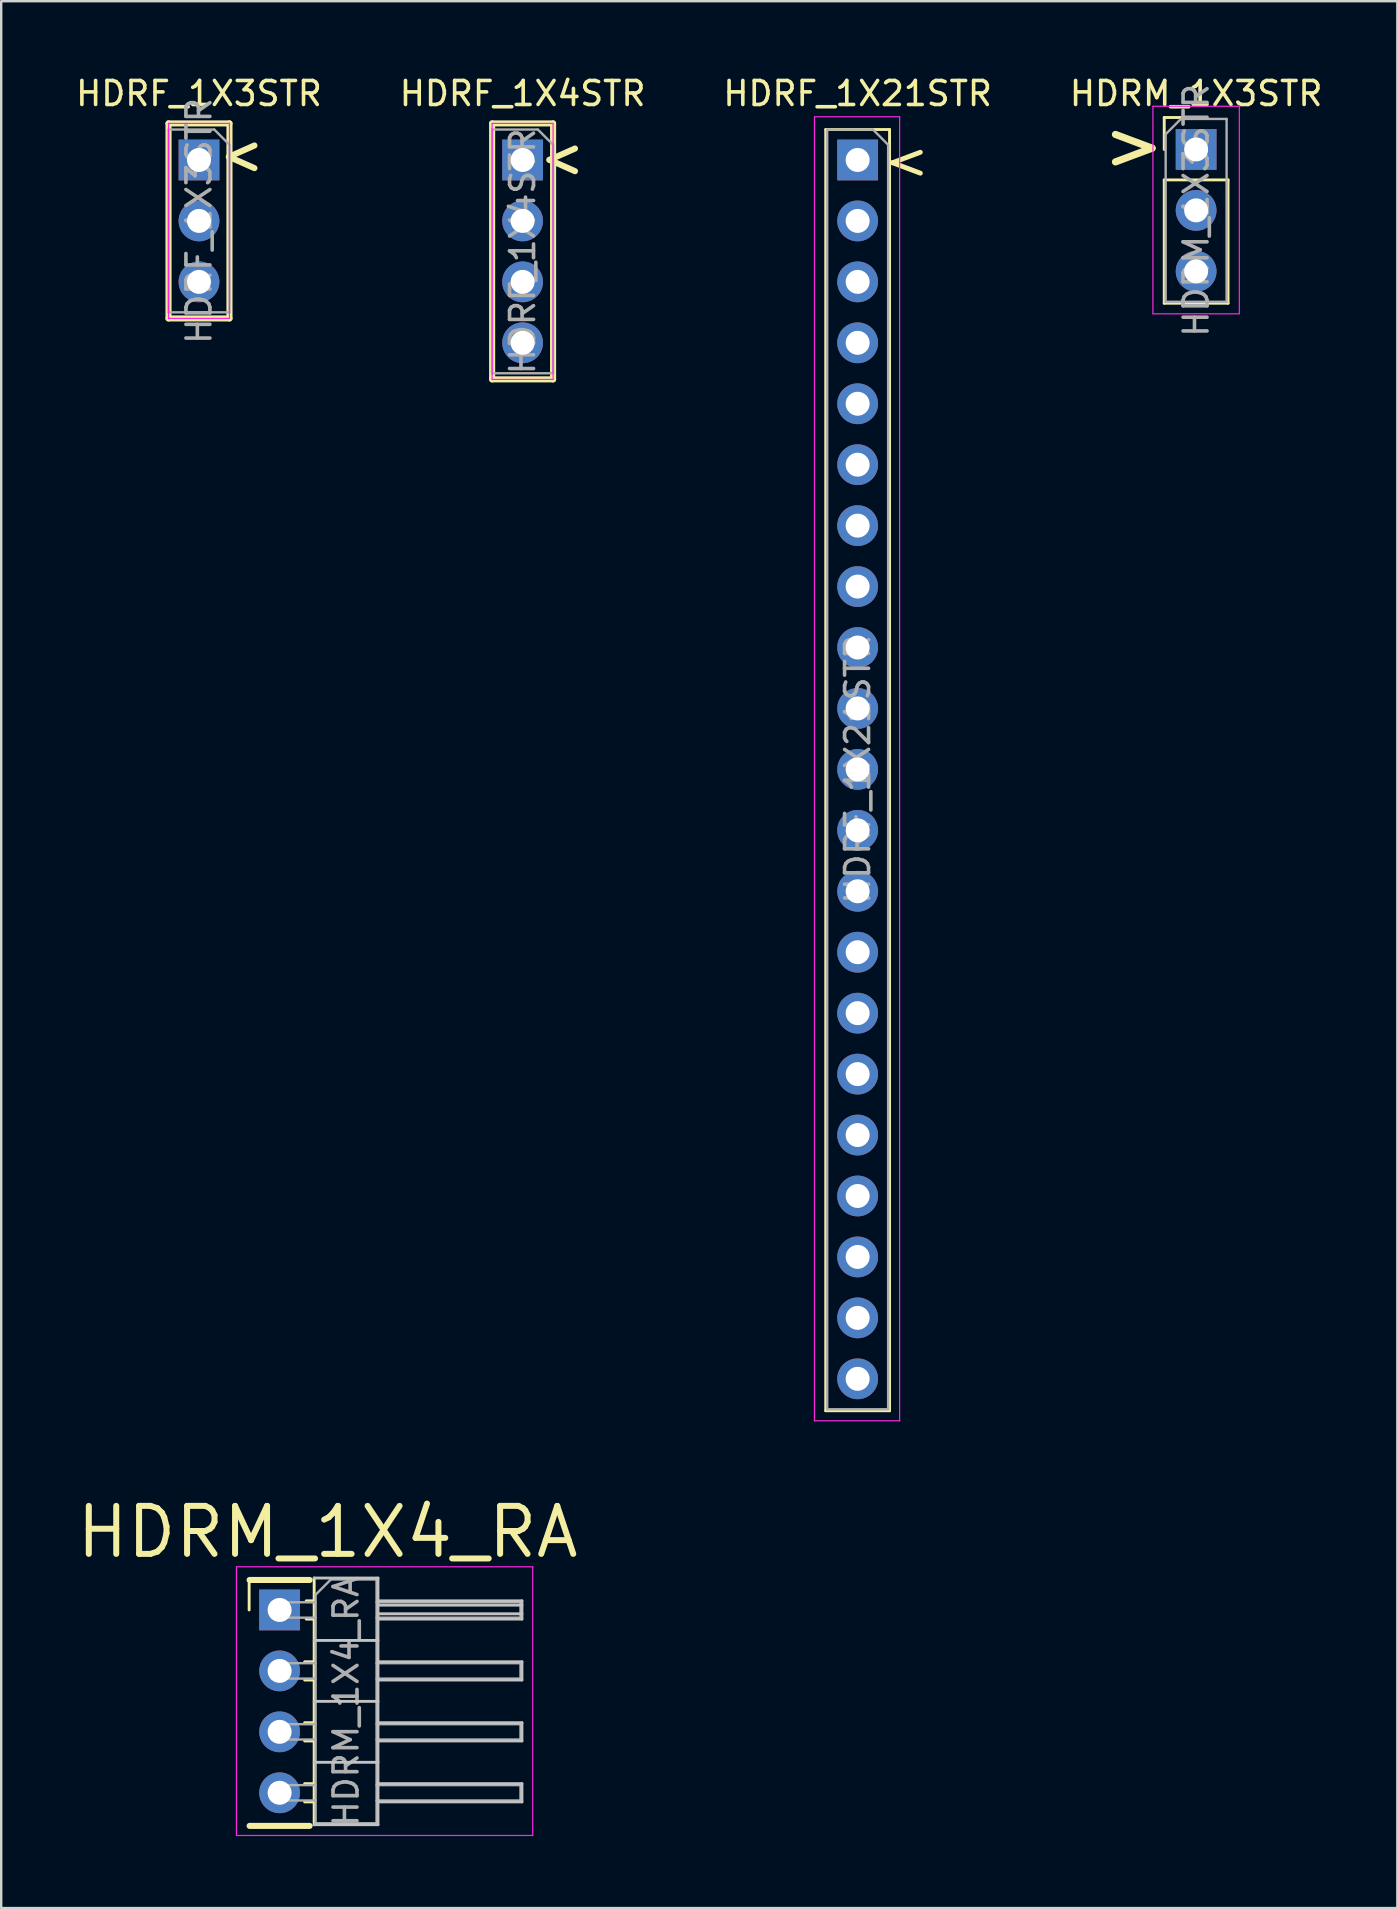
<source format=kicad_pcb>
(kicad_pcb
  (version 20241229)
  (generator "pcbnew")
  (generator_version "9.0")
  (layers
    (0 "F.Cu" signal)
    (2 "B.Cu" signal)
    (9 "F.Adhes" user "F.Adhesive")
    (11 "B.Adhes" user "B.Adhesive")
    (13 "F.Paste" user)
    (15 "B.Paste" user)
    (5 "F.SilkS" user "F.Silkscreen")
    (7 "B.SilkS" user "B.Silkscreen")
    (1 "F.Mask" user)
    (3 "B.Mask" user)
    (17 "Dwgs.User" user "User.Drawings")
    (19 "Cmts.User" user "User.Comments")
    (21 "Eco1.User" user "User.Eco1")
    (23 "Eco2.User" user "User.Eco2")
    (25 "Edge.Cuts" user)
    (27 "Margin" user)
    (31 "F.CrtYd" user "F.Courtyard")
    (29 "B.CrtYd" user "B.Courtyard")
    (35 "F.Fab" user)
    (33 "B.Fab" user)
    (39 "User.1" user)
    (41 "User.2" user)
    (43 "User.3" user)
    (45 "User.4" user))
  (footprint "HDRF_1X3STR"
    (layer "F.Cu")
    (at 5.244 3.618)
    (property "Reference" "HDRF_1X3STR" (at 0 -2.77 0) (layer "F.SilkS") (effects (font (size 1 1) (thickness 0.15))))
    (attr through_hole)
    (fp_line (start -1.27 -1.524) (end 1.27 -1.524) (stroke (width 0.254) (type solid)) (layer "F.SilkS"))
    (fp_line (start -1.27 6.604) (end -1.27 -1.524) (stroke (width 0.254) (type solid)) (layer "F.SilkS"))
    (fp_line (start 1.27 -1.524) (end 1.27 6.604) (stroke (width 0.254) (type solid)) (layer "F.SilkS"))
    (fp_line (start 1.27 6.604) (end -1.27 6.604) (stroke (width 0.254) (type solid)) (layer "F.SilkS"))
    (fp_line (start -1.27 -1.524) (end 1.27 -1.524) (stroke (width 0.05) (type solid)) (layer "F.CrtYd"))
    (fp_line (start -1.27 6.604) (end -1.27 -1.524) (stroke (width 0.05) (type solid)) (layer "F.CrtYd"))
    (fp_line (start 1.27 -1.524) (end 1.27 6.604) (stroke (width 0.05) (type solid)) (layer "F.CrtYd"))
    (fp_line (start 1.27 6.604) (end -1.27 6.604) (stroke (width 0.05) (type solid)) (layer "F.CrtYd"))
    (fp_line (start -1.27 -1.27) (end 0.635 -1.27) (stroke (width 0.1) (type solid)) (layer "F.Fab"))
    (fp_line (start -1.27 6.35) (end -1.27 -1.27) (stroke (width 0.1) (type solid)) (layer "F.Fab"))
    (fp_line (start 0.635 -1.27) (end 1.27 -0.635) (stroke (width 0.1) (type solid)) (layer "F.Fab"))
    (fp_line (start 1.27 -0.635) (end 1.27 6.35) (stroke (width 0.1) (type solid)) (layer "F.Fab"))
    (fp_line (start 1.27 6.35) (end -1.27 6.35) (stroke (width 0.1) (type solid)) (layer "F.Fab"))
    (fp_text user "<" (at 1.778 -0.254 0) (unlocked yes) (layer "F.SilkS") (effects (font (size 1.651 1.397) (thickness 0.254))))
    (fp_text user "${REFERENCE}" (at 0 2.54 90) (layer "F.Fab") (effects (font (size 1 1) (thickness 0.15))))
    (pad "1" thru_hole rect (at 0 0) (size 1.7 1.7) (drill 1) (layers "*.Cu" "*.Mask"))
    (pad "2" thru_hole oval (at 0 2.54) (size 1.7 1.7) (drill 1) (layers "*.Cu" "*.Mask"))
    (pad "3" thru_hole oval (at 0 5.08) (size 1.7 1.7) (drill 1) (layers "*.Cu" "*.Mask")))
  (footprint "HDRF_1X4STR"
    (layer "F.Cu")
    (at 18.732 3.618)
    (property "Reference" "HDRF_1X4STR" (at 0 -2.77 0) (layer "F.SilkS") (effects (font (size 1 1) (thickness 0.15))))
    (attr through_hole)
    (fp_line (start -1.27 -1.524) (end 1.27 -1.524) (stroke (width 0.254) (type solid)) (layer "F.SilkS"))
    (fp_line (start -1.27 9.144) (end -1.27 -1.524) (stroke (width 0.254) (type solid)) (layer "F.SilkS"))
    (fp_line (start 1.27 -1.524) (end 1.27 9.144) (stroke (width 0.254) (type solid)) (layer "F.SilkS"))
    (fp_line (start 1.27 9.144) (end -1.27 9.144) (stroke (width 0.254) (type solid)) (layer "F.SilkS"))
    (fp_line (start -1.27 -1.524) (end 1.27 -1.524) (stroke (width 0.05) (type solid)) (layer "F.CrtYd"))
    (fp_line (start -1.27 9.144) (end -1.27 -1.524) (stroke (width 0.05) (type solid)) (layer "F.CrtYd"))
    (fp_line (start 1.27 -1.524) (end 1.27 9.144) (stroke (width 0.05) (type solid)) (layer "F.CrtYd"))
    (fp_line (start 1.27 9.144) (end -1.27 9.144) (stroke (width 0.05) (type solid)) (layer "F.CrtYd"))
    (fp_line (start -1.27 -1.27) (end 0.635 -1.27) (stroke (width 0.1) (type solid)) (layer "F.Fab"))
    (fp_line (start -1.27 8.89) (end -1.27 -1.27) (stroke (width 0.1) (type solid)) (layer "F.Fab"))
    (fp_line (start 0.635 -1.27) (end 1.27 -0.635) (stroke (width 0.1) (type solid)) (layer "F.Fab"))
    (fp_line (start 1.27 -0.635) (end 1.27 8.89) (stroke (width 0.1) (type solid)) (layer "F.Fab"))
    (fp_line (start 1.27 8.89) (end -1.27 8.89) (stroke (width 0.1) (type solid)) (layer "F.Fab"))
    (fp_text user "<" (at 1.651 -0.127 0) (unlocked yes) (layer "F.SilkS") (effects (font (size 1.651 1.397) (thickness 0.254))))
    (fp_text user "${REFERENCE}" (at 0 3.81 90) (layer "F.Fab") (effects (font (size 1 1) (thickness 0.15))))
    (pad "1" thru_hole rect (at 0 0) (size 1.7 1.7) (drill 1) (layers "*.Cu" "*.Mask"))
    (pad "2" thru_hole oval (at 0 2.54) (size 1.7 1.7) (drill 1) (layers "*.Cu" "*.Mask"))
    (pad "3" thru_hole oval (at 0 5.08) (size 1.7 1.7) (drill 1) (layers "*.Cu" "*.Mask"))
    (pad "4" thru_hole oval (at 0 7.62) (size 1.7 1.7) (drill 1) (layers "*.Cu" "*.Mask")))
  (footprint "HDRM_1X3STR"
    (layer "F.Cu")
    (at 46.804 3.178)
    (property "Reference" "HDRM_1X3STR" (at 0 -2.33 0) (layer "F.SilkS") (effects (font (size 1 1) (thickness 0.15))))
    (attr through_hole)
    (fp_line (start -1.33 -1.33) (end 0 -1.33) (stroke (width 0.12) (type solid)) (layer "F.SilkS"))
    (fp_line (start -1.33 0) (end -1.33 -1.33) (stroke (width 0.12) (type solid)) (layer "F.SilkS"))
    (fp_line (start -1.33 1.27) (end -1.33 6.41) (stroke (width 0.12) (type solid)) (layer "F.SilkS"))
    (fp_line (start -1.33 1.27) (end 1.33 1.27) (stroke (width 0.12) (type solid)) (layer "F.SilkS"))
    (fp_line (start -1.33 6.41) (end 1.33 6.41) (stroke (width 0.12) (type solid)) (layer "F.SilkS"))
    (fp_line (start 1.33 1.27) (end 1.33 6.41) (stroke (width 0.12) (type solid)) (layer "F.SilkS"))
    (fp_line (start -1.8 -1.8) (end -1.8 6.85) (stroke (width 0.05) (type solid)) (layer "F.CrtYd"))
    (fp_line (start -1.8 6.85) (end 1.8 6.85) (stroke (width 0.05) (type solid)) (layer "F.CrtYd"))
    (fp_line (start 1.8 -1.8) (end -1.8 -1.8) (stroke (width 0.05) (type solid)) (layer "F.CrtYd"))
    (fp_line (start 1.8 6.85) (end 1.8 -1.8) (stroke (width 0.05) (type solid)) (layer "F.CrtYd"))
    (fp_line (start -1.27 -0.635) (end -0.635 -1.27) (stroke (width 0.1) (type solid)) (layer "F.Fab"))
    (fp_line (start -1.27 6.35) (end -1.27 -0.635) (stroke (width 0.1) (type solid)) (layer "F.Fab"))
    (fp_line (start -0.635 -1.27) (end 1.27 -1.27) (stroke (width 0.1) (type solid)) (layer "F.Fab"))
    (fp_line (start 1.27 -1.27) (end 1.27 6.35) (stroke (width 0.1) (type solid)) (layer "F.Fab"))
    (fp_line (start 1.27 6.35) (end -1.27 6.35) (stroke (width 0.1) (type solid)) (layer "F.Fab"))
    (fp_text user ">" (at -2.6 -0.2 0) (unlocked yes) (layer "F.SilkS") (effects (font (size 2 2) (thickness 0.3))))
    (fp_text user "${REFERENCE}" (at 0 2.54 90) (layer "F.Fab") (effects (font (size 1 1) (thickness 0.15))))
    (pad "1" thru_hole rect (at 0 0) (size 1.7 1.7) (drill 1) (layers "*.Cu" "*.Mask"))
    (pad "2" thru_hole oval (at 0 2.54) (size 1.7 1.7) (drill 1) (layers "*.Cu" "*.Mask"))
    (pad "3" thru_hole oval (at 0 5.08) (size 1.7 1.7) (drill 1) (layers "*.Cu" "*.Mask")))
  (footprint "HDRF_1X21STR"
    (layer "F.Cu")
    (at 32.696 3.618)
    (property "Reference" "HDRF_1X21STR" (at 0 -2.77 0) (layer "F.SilkS") (effects (font (size 1 1) (thickness 0.15))))
    (attr through_hole)
    (fp_line (start -1.33 -1.27) (end -1.33 52.13) (stroke (width 0.12) (type solid)) (layer "F.SilkS"))
    (fp_line (start -1.33 -1.27) (end 1.33 -1.27) (stroke (width 0.12) (type solid)) (layer "F.SilkS"))
    (fp_line (start -1.33 52.13) (end 1.33 52.13) (stroke (width 0.12) (type solid)) (layer "F.SilkS"))
    (fp_line (start 1.33 -1.27) (end 1.33 52.13) (stroke (width 0.12) (type solid)) (layer "F.SilkS"))
    (fp_line (start -1.8 -1.8) (end 1.75 -1.8) (stroke (width 0.05) (type solid)) (layer "F.CrtYd"))
    (fp_line (start -1.8 52.55) (end -1.8 -1.8) (stroke (width 0.05) (type solid)) (layer "F.CrtYd"))
    (fp_line (start 1.75 -1.8) (end 1.75 52.55) (stroke (width 0.05) (type solid)) (layer "F.CrtYd"))
    (fp_line (start 1.75 52.55) (end -1.8 52.55) (stroke (width 0.05) (type solid)) (layer "F.CrtYd"))
    (fp_line (start -1.27 -1.27) (end 0.635 -1.27) (stroke (width 0.1) (type solid)) (layer "F.Fab"))
    (fp_line (start -1.27 52.07) (end -1.27 -1.27) (stroke (width 0.1) (type solid)) (layer "F.Fab"))
    (fp_line (start 0.635 -1.27) (end 1.27 -0.635) (stroke (width 0.1) (type solid)) (layer "F.Fab"))
    (fp_line (start 1.27 -0.635) (end 1.27 52.07) (stroke (width 0.1) (type solid)) (layer "F.Fab"))
    (fp_line (start 1.27 52.07) (end -1.27 52.07) (stroke (width 0.1) (type solid)) (layer "F.Fab"))
    (fp_text user "<" (at 2.032 0 0) (unlocked yes) (layer "F.SilkS") (effects (font (size 1.524 1.524) (thickness 0.203))))
    (fp_text user "${REFERENCE}" (at 0 25.4 90) (layer "F.Fab") (effects (font (size 1 1) (thickness 0.15))))
    (pad "1" thru_hole rect (at 0 0) (size 1.7 1.7) (drill 1) (layers "*.Cu" "*.Mask"))
    (pad "2" thru_hole oval (at 0 2.54) (size 1.7 1.7) (drill 1) (layers "*.Cu" "*.Mask"))
    (pad "3" thru_hole oval (at 0 5.08) (size 1.7 1.7) (drill 1) (layers "*.Cu" "*.Mask"))
    (pad "4" thru_hole oval (at 0 7.62) (size 1.7 1.7) (drill 1) (layers "*.Cu" "*.Mask"))
    (pad "5" thru_hole oval (at 0 10.16) (size 1.7 1.7) (drill 1) (layers "*.Cu" "*.Mask"))
    (pad "6" thru_hole oval (at 0 12.7) (size 1.7 1.7) (drill 1) (layers "*.Cu" "*.Mask"))
    (pad "7" thru_hole oval (at 0 15.24) (size 1.7 1.7) (drill 1) (layers "*.Cu" "*.Mask"))
    (pad "8" thru_hole oval (at 0 17.78) (size 1.7 1.7) (drill 1) (layers "*.Cu" "*.Mask"))
    (pad "9" thru_hole oval (at 0 20.32) (size 1.7 1.7) (drill 1) (layers "*.Cu" "*.Mask"))
    (pad "10" thru_hole oval (at 0 22.86) (size 1.7 1.7) (drill 1) (layers "*.Cu" "*.Mask"))
    (pad "11" thru_hole oval (at 0 25.4) (size 1.7 1.7) (drill 1) (layers "*.Cu" "*.Mask"))
    (pad "12" thru_hole oval (at 0 27.94) (size 1.7 1.7) (drill 1) (layers "*.Cu" "*.Mask"))
    (pad "13" thru_hole oval (at 0 30.48) (size 1.7 1.7) (drill 1) (layers "*.Cu" "*.Mask"))
    (pad "14" thru_hole oval (at 0 33.02) (size 1.7 1.7) (drill 1) (layers "*.Cu" "*.Mask"))
    (pad "15" thru_hole oval (at 0 35.56) (size 1.7 1.7) (drill 1) (layers "*.Cu" "*.Mask"))
    (pad "16" thru_hole oval (at 0 38.1) (size 1.7 1.7) (drill 1) (layers "*.Cu" "*.Mask"))
    (pad "17" thru_hole oval (at 0 40.64) (size 1.7 1.7) (drill 1) (layers "*.Cu" "*.Mask"))
    (pad "18" thru_hole oval (at 0 43.18) (size 1.7 1.7) (drill 1) (layers "*.Cu" "*.Mask"))
    (pad "19" thru_hole oval (at 0 45.72) (size 1.7 1.7) (drill 1) (layers "*.Cu" "*.Mask"))
    (pad "20" thru_hole oval (at 0 48.26) (size 1.7 1.7) (drill 1) (layers "*.Cu" "*.Mask"))
    (pad "21" thru_hole oval (at 0 50.8) (size 1.7 1.7) (drill 1) (layers "*.Cu" "*.Mask")))
  (footprint "HDRM_1X4_RA"
    (layer "F.Cu")
    (at 8.604 64.052)
    (property "Reference" "HDRM_1X4_RA" (at 2 -3.25 0) (layer "F.SilkS") (effects (font (size 2 2) (thickness 0.25))))
    (attr through_hole)
    (fp_line (start -1.27 -1.27) (end 0 -1.27) (stroke (width 0.12) (type solid)) (layer "F.SilkS"))
    (fp_line (start -1.27 0) (end -1.27 -1.27) (stroke (width 0.12) (type solid)) (layer "F.SilkS"))
    (fp_line (start -1.25 -1.25) (end 1.25 -1.25) (stroke (width 0.254) (type solid)) (layer "F.SilkS"))
    (fp_line (start 1.043 2.16) (end 1.44 2.16) (stroke (width 0.12) (type solid)) (layer "F.SilkS"))
    (fp_line (start 1.043 2.92) (end 1.44 2.92) (stroke (width 0.12) (type solid)) (layer "F.SilkS"))
    (fp_line (start 1.043 4.7) (end 1.44 4.7) (stroke (width 0.12) (type solid)) (layer "F.SilkS"))
    (fp_line (start 1.043 5.46) (end 1.44 5.46) (stroke (width 0.12) (type solid)) (layer "F.SilkS"))
    (fp_line (start 1.043 7.24) (end 1.44 7.24) (stroke (width 0.12) (type solid)) (layer "F.SilkS"))
    (fp_line (start 1.043 8) (end 1.44 8) (stroke (width 0.12) (type solid)) (layer "F.SilkS"))
    (fp_line (start 1.11 -0.38) (end 1.44 -0.38) (stroke (width 0.12) (type solid)) (layer "F.SilkS"))
    (fp_line (start 1.11 0.38) (end 1.44 0.38) (stroke (width 0.12) (type solid)) (layer "F.SilkS"))
    (fp_line (start 1.25 9) (end -1.25 9) (stroke (width 0.254) (type solid)) (layer "F.SilkS"))
    (fp_line (start 1.44 -1.33) (end 1.44 8.95) (stroke (width 0.12) (type solid)) (layer "F.SilkS"))
    (fp_line (start 1.44 1.27) (end 4.1 1.27) (stroke (width 0.12) (type solid)) (layer "Dwgs.User"))
    (fp_line (start 1.44 3.81) (end 4.1 3.81) (stroke (width 0.12) (type solid)) (layer "Dwgs.User"))
    (fp_line (start 1.44 6.35) (end 4.1 6.35) (stroke (width 0.12) (type solid)) (layer "Dwgs.User"))
    (fp_line (start 1.44 8.95) (end 4.1 8.95) (stroke (width 0.12) (type solid)) (layer "Dwgs.User"))
    (fp_line (start 4.1 -1.33) (end 1.44 -1.33) (stroke (width 0.12) (type solid)) (layer "Dwgs.User"))
    (fp_line (start 4.1 -0.38) (end 10.1 -0.38) (stroke (width 0.12) (type solid)) (layer "Dwgs.User"))
    (fp_line (start 4.1 -0.2) (end 10.1 -0.2) (stroke (width 0.12) (type solid)) (layer "Dwgs.User"))
    (fp_line (start 4.1 0.16) (end 10.1 0.16) (stroke (width 0.12) (type solid)) (layer "Dwgs.User"))
    (fp_line (start 4.1 2.16) (end 10.1 2.16) (stroke (width 0.12) (type solid)) (layer "Dwgs.User"))
    (fp_line (start 4.1 4.7) (end 10.1 4.7) (stroke (width 0.12) (type solid)) (layer "Dwgs.User"))
    (fp_line (start 4.1 7.24) (end 10.1 7.24) (stroke (width 0.12) (type solid)) (layer "Dwgs.User"))
    (fp_line (start 4.1 8.95) (end 4.1 -1.33) (stroke (width 0.12) (type solid)) (layer "Dwgs.User"))
    (fp_line (start 10.1 -0.38) (end 10.1 0.38) (stroke (width 0.12) (type solid)) (layer "Dwgs.User"))
    (fp_line (start 10.1 0.38) (end 4.1 0.38) (stroke (width 0.12) (type solid)) (layer "Dwgs.User"))
    (fp_line (start 10.1 2.16) (end 10.1 2.92) (stroke (width 0.12) (type solid)) (layer "Dwgs.User"))
    (fp_line (start 10.1 2.92) (end 4.1 2.92) (stroke (width 0.12) (type solid)) (layer "Dwgs.User"))
    (fp_line (start 10.1 4.7) (end 10.1 5.46) (stroke (width 0.12) (type solid)) (layer "Dwgs.User"))
    (fp_line (start 10.1 5.46) (end 4.1 5.46) (stroke (width 0.12) (type solid)) (layer "Dwgs.User"))
    (fp_line (start 10.1 7.24) (end 10.1 8) (stroke (width 0.12) (type solid)) (layer "Dwgs.User"))
    (fp_line (start 10.1 8) (end 4.1 8) (stroke (width 0.12) (type solid)) (layer "Dwgs.User"))
    (fp_line (start -1.8 -1.8) (end -1.8 9.4) (stroke (width 0.05) (type solid)) (layer "F.CrtYd"))
    (fp_line (start -1.8 9.4) (end 10.55 9.4) (stroke (width 0.05) (type solid)) (layer "F.CrtYd"))
    (fp_line (start 10.55 -1.8) (end -1.8 -1.8) (stroke (width 0.05) (type solid)) (layer "F.CrtYd"))
    (fp_line (start 10.55 9.4) (end 10.55 -1.8) (stroke (width 0.05) (type solid)) (layer "F.CrtYd"))
    (fp_line (start -0.32 -0.32) (end -0.32 0.32) (stroke (width 0.1) (type solid)) (layer "F.Fab"))
    (fp_line (start -0.32 -0.32) (end 1.5 -0.32) (stroke (width 0.1) (type solid)) (layer "F.Fab"))
    (fp_line (start -0.32 0.32) (end 1.5 0.32) (stroke (width 0.1) (type solid)) (layer "F.Fab"))
    (fp_line (start -0.32 2.22) (end -0.32 2.86) (stroke (width 0.1) (type solid)) (layer "F.Fab"))
    (fp_line (start -0.32 2.22) (end 1.5 2.22) (stroke (width 0.1) (type solid)) (layer "F.Fab"))
    (fp_line (start -0.32 2.86) (end 1.5 2.86) (stroke (width 0.1) (type solid)) (layer "F.Fab"))
    (fp_line (start -0.32 4.76) (end -0.32 5.4) (stroke (width 0.1) (type solid)) (layer "F.Fab"))
    (fp_line (start -0.32 4.76) (end 1.5 4.76) (stroke (width 0.1) (type solid)) (layer "F.Fab"))
    (fp_line (start -0.32 5.4) (end 1.5 5.4) (stroke (width 0.1) (type solid)) (layer "F.Fab"))
    (fp_line (start -0.32 7.3) (end -0.32 7.94) (stroke (width 0.1) (type solid)) (layer "F.Fab"))
    (fp_line (start -0.32 7.3) (end 1.5 7.3) (stroke (width 0.1) (type solid)) (layer "F.Fab"))
    (fp_line (start -0.32 7.94) (end 1.5 7.94) (stroke (width 0.1) (type solid)) (layer "F.Fab"))
    (fp_line (start 1.5 -0.635) (end 2.135 -1.27) (stroke (width 0.1) (type solid)) (layer "F.Fab"))
    (fp_line (start 1.5 8.89) (end 1.5 -0.635) (stroke (width 0.1) (type solid)) (layer "F.Fab"))
    (fp_line (start 2.135 -1.27) (end 4.04 -1.27) (stroke (width 0.1) (type solid)) (layer "F.Fab"))
    (fp_line (start 4.04 -1.27) (end 4.04 8.89) (stroke (width 0.1) (type solid)) (layer "F.Fab"))
    (fp_line (start 4.04 -0.32) (end 10.04 -0.32) (stroke (width 0.1) (type solid)) (layer "F.Fab"))
    (fp_line (start 4.04 0.32) (end 10.04 0.32) (stroke (width 0.1) (type solid)) (layer "F.Fab"))
    (fp_line (start 4.04 2.22) (end 10.04 2.22) (stroke (width 0.1) (type solid)) (layer "F.Fab"))
    (fp_line (start 4.04 2.86) (end 10.04 2.86) (stroke (width 0.1) (type solid)) (layer "F.Fab"))
    (fp_line (start 4.04 4.76) (end 10.04 4.76) (stroke (width 0.1) (type solid)) (layer "F.Fab"))
    (fp_line (start 4.04 5.4) (end 10.04 5.4) (stroke (width 0.1) (type solid)) (layer "F.Fab"))
    (fp_line (start 4.04 7.3) (end 10.04 7.3) (stroke (width 0.1) (type solid)) (layer "F.Fab"))
    (fp_line (start 4.04 7.94) (end 10.04 7.94) (stroke (width 0.1) (type solid)) (layer "F.Fab"))
    (fp_line (start 4.04 8.89) (end 1.5 8.89) (stroke (width 0.1) (type solid)) (layer "F.Fab"))
    (fp_line (start 10.04 -0.32) (end 10.04 0.32) (stroke (width 0.1) (type solid)) (layer "F.Fab"))
    (fp_line (start 10.04 2.22) (end 10.04 2.86) (stroke (width 0.1) (type solid)) (layer "F.Fab"))
    (fp_line (start 10.04 4.76) (end 10.04 5.4) (stroke (width 0.1) (type solid)) (layer "F.Fab"))
    (fp_line (start 10.04 7.3) (end 10.04 7.94) (stroke (width 0.1) (type solid)) (layer "F.Fab"))
    (fp_text user "${REFERENCE}" (at 2.77 3.81 90) (layer "F.Fab") (effects (font (size 1 1) (thickness 0.15))))
    (pad "1" thru_hole rect (at 0 0) (size 1.7 1.7) (drill 1) (layers "*.Cu" "*.Mask"))
    (pad "2" thru_hole oval (at 0 2.54) (size 1.7 1.7) (drill 1) (layers "*.Cu" "*.Mask"))
    (pad "3" thru_hole oval (at 0 5.08) (size 1.7 1.7) (drill 1) (layers "*.Cu" "*.Mask"))
    (pad "4" thru_hole oval (at 0 7.62) (size 1.7 1.7) (drill 1) (layers "*.Cu" "*.Mask")))
  (gr_rect
    (start -3 -3)
    (end 55.19 76.477)
    (stroke (width 0.1) (type default))
    (fill no)
    (layer "Edge.Cuts")))
</source>
